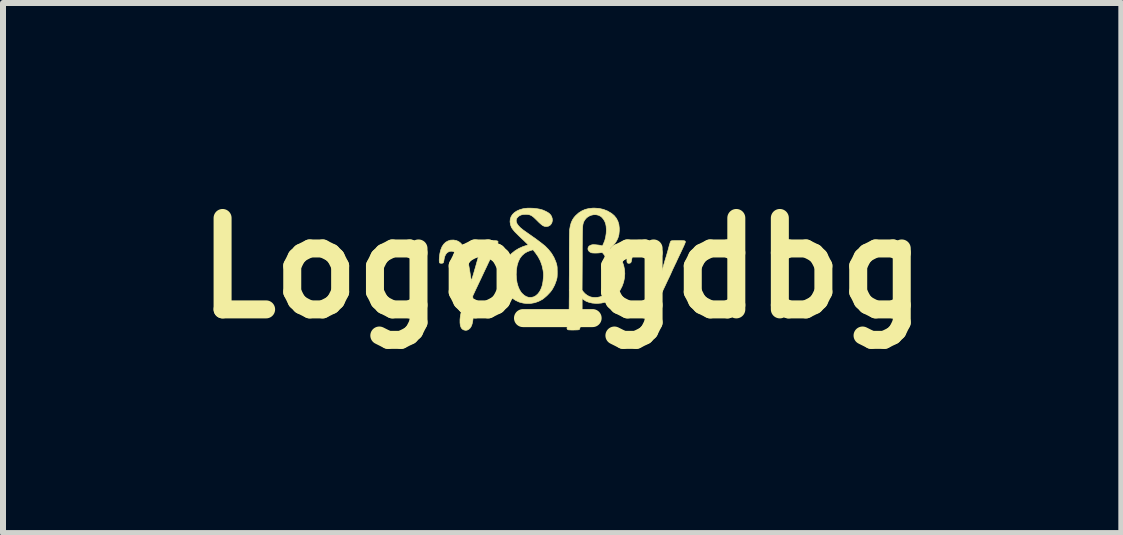
<source format=kicad_pcb>
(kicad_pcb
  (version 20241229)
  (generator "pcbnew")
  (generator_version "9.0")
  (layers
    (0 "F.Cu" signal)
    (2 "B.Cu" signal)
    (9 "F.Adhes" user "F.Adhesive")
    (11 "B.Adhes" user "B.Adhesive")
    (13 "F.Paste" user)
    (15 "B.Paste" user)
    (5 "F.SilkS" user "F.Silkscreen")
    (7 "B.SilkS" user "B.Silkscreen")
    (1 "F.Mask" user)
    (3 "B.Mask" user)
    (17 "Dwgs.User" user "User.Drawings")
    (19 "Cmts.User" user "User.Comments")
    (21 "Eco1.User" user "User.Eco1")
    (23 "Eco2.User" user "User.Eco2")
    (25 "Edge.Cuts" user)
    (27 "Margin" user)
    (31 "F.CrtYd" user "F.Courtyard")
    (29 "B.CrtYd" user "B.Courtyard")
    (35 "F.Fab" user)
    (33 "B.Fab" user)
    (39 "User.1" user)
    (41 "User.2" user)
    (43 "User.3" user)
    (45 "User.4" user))
  (footprint "Logo_gdbg"
    (layer "F.Cu")
    (at 6.321 1.418)
    (property "Reference" "Logo_gdbg" (at 0 0 0) (layer "F.SilkS") (effects (font (size 1.524 1.524) (thickness 0.3))))
    (attr through_hole)
    (fp_poly (pts (xy -1.81 -0.467) (xy -1.765 -0.459) (xy -1.726 -0.442) (xy -1.691 -0.415) (xy -1.661 -0.378) (xy -1.637 -0.337) (xy -1.622 -0.303) (xy -1.608 -0.263) (xy -1.594 -0.217) (xy -1.581 -0.163) (xy -1.567 -0.1) (xy -1.554 -0.029) (xy -1.54 0.053) (xy -1.533 0.098) (xy -1.528 0.133) (xy -1.522 0.163) (xy -1.518 0.187) (xy -1.515 0.204) (xy -1.512 0.211) (xy -1.512 0.211) (xy -1.51 0.205) (xy -1.505 0.189) (xy -1.498 0.164) (xy -1.488 0.131) (xy -1.476 0.091) (xy -1.463 0.045) (xy -1.448 -0.006) (xy -1.432 -0.062) (xy -1.417 -0.116) (xy -1.4 -0.174) (xy -1.384 -0.229) (xy -1.369 -0.281) (xy -1.355 -0.327) (xy -1.343 -0.367) (xy -1.332 -0.4) (xy -1.324 -0.425) (xy -1.319 -0.441) (xy -1.316 -0.447) (xy -1.312 -0.451) (xy -1.306 -0.453) (xy -1.296 -0.455) (xy -1.28 -0.456) (xy -1.258 -0.457) (xy -1.227 -0.457) (xy -1.196 -0.457) (xy -1.157 -0.457) (xy -1.127 -0.457) (xy -1.106 -0.456) (xy -1.092 -0.454) (xy -1.082 -0.452) (xy -1.077 -0.449) (xy -1.076 -0.448) (xy -1.069 -0.44) (xy -1.067 -0.436) (xy -1.069 -0.431) (xy -1.076 -0.416) (xy -1.086 -0.393) (xy -1.101 -0.363) (xy -1.118 -0.326) (xy -1.137 -0.284) (xy -1.159 -0.238) (xy -1.183 -0.188) (xy -1.207 -0.135) (xy -1.233 -0.081) (xy -1.258 -0.027) (xy -1.284 0.027) (xy -1.309 0.08) (xy -1.333 0.131) (xy -1.355 0.178) (xy -1.376 0.222) (xy -1.394 0.26) (xy -1.409 0.292) (xy -1.411 0.296) (xy -1.426 0.328) (xy -1.442 0.361) (xy -1.457 0.393) (xy -1.467 0.415) (xy -1.491 0.466) (xy -1.484 0.562) (xy -1.48 0.637) (xy -1.479 0.708) (xy -1.48 0.773) (xy -1.484 0.833) (xy -1.491 0.885) (xy -1.5 0.928) (xy -1.511 0.962) (xy -1.514 0.968) (xy -1.534 1) (xy -1.559 1.023) (xy -1.586 1.036) (xy -1.615 1.038) (xy -1.645 1.03) (xy -1.648 1.029) (xy -1.671 1.012) (xy -1.687 0.987) (xy -1.698 0.954) (xy -1.703 0.912) (xy -1.703 0.861) (xy -1.703 0.858) (xy -1.696 0.795) (xy -1.681 0.726) (xy -1.659 0.651) (xy -1.628 0.569) (xy -1.611 0.528) (xy -1.605 0.514) (xy -1.6 0.502) (xy -1.597 0.491) (xy -1.594 0.479) (xy -1.593 0.465) (xy -1.594 0.448) (xy -1.596 0.428) (xy -1.6 0.402) (xy -1.605 0.369) (xy -1.612 0.329) (xy -1.621 0.28) (xy -1.631 0.229) (xy -1.648 0.14) (xy -1.664 0.062) (xy -1.68 -0.006) (xy -1.694 -0.065) (xy -1.709 -0.115) (xy -1.723 -0.157) (xy -1.738 -0.192) (xy -1.752 -0.22) (xy -1.768 -0.242) (xy -1.783 -0.258) (xy -1.791 -0.264) (xy -1.82 -0.277) (xy -1.852 -0.281) (xy -1.883 -0.275) (xy -1.912 -0.26) (xy -1.925 -0.248) (xy -1.943 -0.224) (xy -1.957 -0.194) (xy -1.967 -0.154) (xy -1.97 -0.133) (xy -1.974 -0.112) (xy -1.978 -0.096) (xy -1.982 -0.087) (xy -1.982 -0.087) (xy -1.992 -0.082) (xy -2.008 -0.079) (xy -2.025 -0.08) (xy -2.039 -0.083) (xy -2.042 -0.086) (xy -2.047 -0.097) (xy -2.049 -0.117) (xy -2.049 -0.144) (xy -2.047 -0.176) (xy -2.043 -0.21) (xy -2.038 -0.245) (xy -2.03 -0.279) (xy -2.023 -0.305) (xy -2.003 -0.355) (xy -1.976 -0.396) (xy -1.943 -0.429) (xy -1.904 -0.451) (xy -1.861 -0.465) (xy -1.814 -0.467) (xy -1.81 -0.467)) (stroke (width 0.01) (type solid)) (fill yes) (layer "F.SilkS"))
    (fp_poly (pts (xy 1.343 -0.463) (xy 1.375 -0.456) (xy 1.403 -0.442) (xy 1.43 -0.421) (xy 1.441 -0.411) (xy 1.458 -0.391) (xy 1.474 -0.368) (xy 1.489 -0.341) (xy 1.503 -0.309) (xy 1.516 -0.271) (xy 1.529 -0.227) (xy 1.542 -0.176) (xy 1.555 -0.118) (xy 1.568 -0.05) (xy 1.582 0.026) (xy 1.596 0.112) (xy 1.608 0.189) (xy 1.611 0.203) (xy 1.614 0.21) (xy 1.616 0.209) (xy 1.618 0.201) (xy 1.623 0.185) (xy 1.631 0.16) (xy 1.64 0.128) (xy 1.651 0.091) (xy 1.663 0.051) (xy 1.668 0.031) (xy 1.681 -0.012) (xy 1.693 -0.054) (xy 1.704 -0.091) (xy 1.713 -0.124) (xy 1.721 -0.149) (xy 1.726 -0.166) (xy 1.727 -0.169) (xy 1.734 -0.191) (xy 1.742 -0.218) (xy 1.749 -0.243) (xy 1.764 -0.296) (xy 1.776 -0.34) (xy 1.785 -0.375) (xy 1.793 -0.401) (xy 1.799 -0.421) (xy 1.804 -0.435) (xy 1.808 -0.443) (xy 1.811 -0.447) (xy 1.815 -0.451) (xy 1.821 -0.453) (xy 1.831 -0.455) (xy 1.847 -0.456) (xy 1.87 -0.457) (xy 1.901 -0.457) (xy 1.93 -0.457) (xy 1.969 -0.457) (xy 1.998 -0.457) (xy 2.018 -0.456) (xy 2.032 -0.455) (xy 2.042 -0.453) (xy 2.047 -0.45) (xy 2.051 -0.447) (xy 2.053 -0.444) (xy 2.054 -0.439) (xy 2.053 -0.433) (xy 2.051 -0.423) (xy 2.045 -0.409) (xy 2.037 -0.389) (xy 2.025 -0.363) (xy 2.01 -0.33) (xy 1.99 -0.288) (xy 1.978 -0.262) (xy 1.957 -0.218) (xy 1.936 -0.174) (xy 1.916 -0.132) (xy 1.899 -0.094) (xy 1.883 -0.062) (xy 1.872 -0.038) (xy 1.867 -0.028) (xy 1.853 0.001) (xy 1.839 0.031) (xy 1.827 0.059) (xy 1.82 0.073) (xy 1.811 0.095) (xy 1.798 0.123) (xy 1.783 0.155) (xy 1.768 0.185) (xy 1.768 0.186) (xy 1.754 0.215) (xy 1.737 0.251) (xy 1.719 0.29) (xy 1.7 0.33) (xy 1.685 0.361) (xy 1.636 0.466) (xy 1.643 0.562) (xy 1.646 0.612) (xy 1.647 0.665) (xy 1.647 0.718) (xy 1.646 0.769) (xy 1.644 0.816) (xy 1.64 0.857) (xy 1.636 0.889) (xy 1.634 0.897) (xy 1.62 0.946) (xy 1.602 0.984) (xy 1.579 1.012) (xy 1.553 1.029) (xy 1.526 1.036) (xy 1.505 1.037) (xy 1.488 1.032) (xy 1.476 1.026) (xy 1.456 1.01) (xy 1.441 0.99) (xy 1.431 0.964) (xy 1.425 0.929) (xy 1.424 0.91) (xy 1.425 0.846) (xy 1.435 0.777) (xy 1.453 0.701) (xy 1.48 0.619) (xy 1.5 0.57) (xy 1.511 0.542) (xy 1.521 0.516) (xy 1.529 0.495) (xy 1.533 0.481) (xy 1.534 0.479) (xy 1.534 0.466) (xy 1.533 0.447) (xy 1.53 0.422) (xy 1.528 0.411) (xy 1.523 0.384) (xy 1.519 0.359) (xy 1.516 0.338) (xy 1.515 0.333) (xy 1.511 0.307) (xy 1.505 0.272) (xy 1.498 0.231) (xy 1.49 0.187) (xy 1.481 0.141) (xy 1.472 0.097) (xy 1.463 0.057) (xy 1.456 0.023) (xy 1.45 -0.003) (xy 1.432 -0.069) (xy 1.415 -0.125) (xy 1.398 -0.171) (xy 1.38 -0.208) (xy 1.363 -0.237) (xy 1.344 -0.257) (xy 1.334 -0.265) (xy 1.318 -0.274) (xy 1.301 -0.278) (xy 1.279 -0.279) (xy 1.247 -0.276) (xy 1.22 -0.264) (xy 1.198 -0.244) (xy 1.18 -0.215) (xy 1.166 -0.177) (xy 1.156 -0.128) (xy 1.154 -0.117) (xy 1.148 -0.096) (xy 1.135 -0.083) (xy 1.116 -0.079) (xy 1.115 -0.079) (xy 1.1 -0.08) (xy 1.089 -0.085) (xy 1.083 -0.094) (xy 1.08 -0.111) (xy 1.079 -0.135) (xy 1.08 -0.163) (xy 1.088 -0.235) (xy 1.102 -0.297) (xy 1.122 -0.349) (xy 1.148 -0.393) (xy 1.18 -0.426) (xy 1.219 -0.451) (xy 1.219 -0.451) (xy 1.236 -0.458) (xy 1.252 -0.463) (xy 1.271 -0.465) (xy 1.296 -0.466) (xy 1.304 -0.466) (xy 1.343 -0.463)) (stroke (width 0.01) (type solid)) (fill yes) (layer "F.SilkS"))
    (fp_poly (pts (xy -0.476 -0.996) (xy -0.425 -0.99) (xy -0.377 -0.982) (xy -0.336 -0.971) (xy -0.318 -0.965) (xy -0.273 -0.945) (xy -0.238 -0.926) (xy -0.211 -0.906) (xy -0.191 -0.884) (xy -0.178 -0.863) (xy -0.166 -0.828) (xy -0.163 -0.794) (xy -0.169 -0.763) (xy -0.182 -0.736) (xy -0.202 -0.713) (xy -0.228 -0.698) (xy -0.259 -0.692) (xy -0.265 -0.692) (xy -0.283 -0.693) (xy -0.299 -0.697) (xy -0.316 -0.704) (xy -0.335 -0.716) (xy -0.357 -0.734) (xy -0.384 -0.758) (xy -0.416 -0.79) (xy -0.419 -0.793) (xy -0.452 -0.825) (xy -0.479 -0.85) (xy -0.503 -0.868) (xy -0.525 -0.88) (xy -0.546 -0.888) (xy -0.569 -0.892) (xy -0.596 -0.894) (xy -0.61 -0.894) (xy -0.652 -0.892) (xy -0.687 -0.884) (xy -0.716 -0.869) (xy -0.736 -0.853) (xy -0.757 -0.828) (xy -0.766 -0.8) (xy -0.765 -0.771) (xy -0.752 -0.739) (xy -0.729 -0.706) (xy -0.694 -0.67) (xy -0.648 -0.633) (xy -0.627 -0.618) (xy -0.604 -0.602) (xy -0.58 -0.585) (xy -0.561 -0.572) (xy -0.559 -0.57) (xy -0.54 -0.557) (xy -0.517 -0.541) (xy -0.494 -0.524) (xy -0.491 -0.522) (xy -0.453 -0.496) (xy -0.415 -0.468) (xy -0.378 -0.44) (xy -0.344 -0.414) (xy -0.315 -0.391) (xy -0.293 -0.373) (xy -0.286 -0.368) (xy -0.228 -0.309) (xy -0.177 -0.245) (xy -0.136 -0.175) (xy -0.105 -0.102) (xy -0.098 -0.081) (xy -0.092 -0.061) (xy -0.088 -0.043) (xy -0.085 -0.026) (xy -0.083 -0.005) (xy -0.083 0.021) (xy -0.082 0.055) (xy -0.082 0.062) (xy -0.082 0.098) (xy -0.083 0.125) (xy -0.084 0.146) (xy -0.086 0.163) (xy -0.09 0.181) (xy -0.096 0.2) (xy -0.098 0.209) (xy -0.125 0.282) (xy -0.16 0.348) (xy -0.178 0.375) (xy -0.198 0.401) (xy -0.225 0.43) (xy -0.254 0.46) (xy -0.285 0.487) (xy -0.313 0.51) (xy -0.329 0.522) (xy -0.392 0.555) (xy -0.457 0.578) (xy -0.526 0.59) (xy -0.596 0.591) (xy -0.652 0.584) (xy -0.717 0.567) (xy -0.777 0.539) (xy -0.833 0.501) (xy -0.852 0.486) (xy -0.896 0.441) (xy -0.932 0.39) (xy -0.961 0.331) (xy -0.98 0.278) (xy -0.986 0.259) (xy -0.99 0.242) (xy -0.993 0.225) (xy -0.994 0.206) (xy -0.995 0.181) (xy -0.996 0.149) (xy -0.996 0.13) (xy -0.996 0.109) (xy -0.766 0.109) (xy -0.762 0.179) (xy -0.752 0.245) (xy -0.735 0.305) (xy -0.713 0.358) (xy -0.685 0.403) (xy -0.671 0.42) (xy -0.634 0.454) (xy -0.596 0.477) (xy -0.557 0.489) (xy -0.516 0.49) (xy -0.476 0.481) (xy -0.44 0.462) (xy -0.407 0.433) (xy -0.377 0.395) (xy -0.356 0.355) (xy -0.343 0.323) (xy -0.333 0.292) (xy -0.325 0.257) (xy -0.319 0.217) (xy -0.315 0.175) (xy -0.312 0.141) (xy -0.311 0.114) (xy -0.312 0.091) (xy -0.314 0.069) (xy -0.318 0.043) (xy -0.318 0.039) (xy -0.336 -0.042) (xy -0.363 -0.118) (xy -0.4 -0.188) (xy -0.447 -0.256) (xy -0.45 -0.259) (xy -0.485 -0.304) (xy -0.526 -0.293) (xy -0.582 -0.272) (xy -0.631 -0.243) (xy -0.672 -0.205) (xy -0.706 -0.159) (xy -0.732 -0.104) (xy -0.751 -0.041) (xy -0.762 0.03) (xy -0.763 0.036) (xy -0.766 0.109) (xy -0.996 0.109) (xy -0.996 0.093) (xy -0.995 0.065) (xy -0.994 0.044) (xy -0.992 0.026) (xy -0.989 0.01) (xy -0.984 -0.007) (xy -0.98 -0.019) (xy -0.954 -0.089) (xy -0.921 -0.151) (xy -0.88 -0.205) (xy -0.843 -0.242) (xy -0.786 -0.288) (xy -0.722 -0.327) (xy -0.655 -0.357) (xy -0.61 -0.372) (xy -0.59 -0.378) (xy -0.575 -0.383) (xy -0.567 -0.386) (xy -0.566 -0.386) (xy -0.569 -0.39) (xy -0.58 -0.401) (xy -0.596 -0.417) (xy -0.617 -0.437) (xy -0.641 -0.461) (xy -0.647 -0.466) (xy -0.694 -0.51) (xy -0.732 -0.547) (xy -0.764 -0.579) (xy -0.79 -0.605) (xy -0.81 -0.629) (xy -0.826 -0.649) (xy -0.839 -0.668) (xy -0.848 -0.686) (xy -0.855 -0.704) (xy -0.861 -0.723) (xy -0.862 -0.725) (xy -0.869 -0.772) (xy -0.865 -0.815) (xy -0.852 -0.855) (xy -0.829 -0.892) (xy -0.797 -0.924) (xy -0.756 -0.951) (xy -0.707 -0.973) (xy -0.651 -0.989) (xy -0.621 -0.994) (xy -0.577 -0.998) (xy -0.528 -0.998) (xy -0.476 -0.996)) (stroke (width 0.01) (type solid)) (fill yes) (layer "F.SilkS"))
    (fp_poly (pts (xy 0.614 -0.994) (xy 0.686 -0.978) (xy 0.753 -0.952) (xy 0.815 -0.916) (xy 0.822 -0.912) (xy 0.867 -0.874) (xy 0.902 -0.831) (xy 0.928 -0.782) (xy 0.945 -0.728) (xy 0.952 -0.668) (xy 0.952 -0.618) (xy 0.946 -0.558) (xy 0.931 -0.504) (xy 0.908 -0.454) (xy 0.876 -0.407) (xy 0.837 -0.365) (xy 0.82 -0.347) (xy 0.806 -0.333) (xy 0.798 -0.323) (xy 0.796 -0.319) (xy 0.802 -0.315) (xy 0.815 -0.307) (xy 0.832 -0.295) (xy 0.841 -0.289) (xy 0.888 -0.255) (xy 0.926 -0.221) (xy 0.958 -0.184) (xy 0.969 -0.168) (xy 1.002 -0.108) (xy 1.025 -0.044) (xy 1.039 0.023) (xy 1.044 0.093) (xy 1.039 0.163) (xy 1.025 0.232) (xy 1.001 0.3) (xy 0.968 0.365) (xy 0.938 0.41) (xy 0.89 0.465) (xy 0.839 0.51) (xy 0.782 0.544) (xy 0.72 0.569) (xy 0.653 0.584) (xy 0.58 0.59) (xy 0.558 0.589) (xy 0.5 0.584) (xy 0.445 0.571) (xy 0.396 0.552) (xy 0.356 0.526) (xy 0.351 0.522) (xy 0.333 0.507) (xy 0.333 0.625) (xy 0.333 0.671) (xy 0.332 0.709) (xy 0.331 0.741) (xy 0.33 0.769) (xy 0.328 0.797) (xy 0.325 0.826) (xy 0.321 0.86) (xy 0.318 0.881) (xy 0.311 0.931) (xy 0.304 0.971) (xy 0.296 1.001) (xy 0.289 1.02) (xy 0.284 1.026) (xy 0.275 1.029) (xy 0.258 1.031) (xy 0.231 1.032) (xy 0.194 1.033) (xy 0.186 1.033) (xy 0.152 1.033) (xy 0.128 1.032) (xy 0.111 1.031) (xy 0.1 1.03) (xy 0.093 1.027) (xy 0.089 1.023) (xy 0.088 1.022) (xy 0.082 1.013) (xy 0.08 1.003) (xy 0.084 0.987) (xy 0.084 0.986) (xy 0.09 0.958) (xy 0.097 0.921) (xy 0.103 0.879) (xy 0.109 0.835) (xy 0.113 0.799) (xy 0.114 0.784) (xy 0.115 0.757) (xy 0.115 0.72) (xy 0.116 0.674) (xy 0.117 0.618) (xy 0.117 0.553) (xy 0.118 0.479) (xy 0.118 0.398) (xy 0.118 0.367) (xy 0.332 0.367) (xy 0.349 0.392) (xy 0.379 0.425) (xy 0.415 0.454) (xy 0.456 0.475) (xy 0.479 0.483) (xy 0.513 0.489) (xy 0.553 0.491) (xy 0.592 0.488) (xy 0.627 0.481) (xy 0.634 0.479) (xy 0.679 0.459) (xy 0.717 0.428) (xy 0.75 0.389) (xy 0.776 0.34) (xy 0.796 0.282) (xy 0.805 0.243) (xy 0.81 0.2) (xy 0.812 0.15) (xy 0.811 0.099) (xy 0.807 0.053) (xy 0.796 -0.000162) (xy 0.78 -0.056) (xy 0.759 -0.111) (xy 0.734 -0.164) (xy 0.708 -0.209) (xy 0.693 -0.23) (xy 0.68 -0.246) (xy 0.671 -0.255) (xy 0.663 -0.258) (xy 0.653 -0.257) (xy 0.652 -0.257) (xy 0.628 -0.254) (xy 0.599 -0.251) (xy 0.567 -0.25) (xy 0.537 -0.25) (xy 0.512 -0.251) (xy 0.493 -0.253) (xy 0.491 -0.254) (xy 0.465 -0.265) (xy 0.444 -0.283) (xy 0.432 -0.304) (xy 0.429 -0.32) (xy 0.434 -0.345) (xy 0.448 -0.365) (xy 0.473 -0.38) (xy 0.477 -0.381) (xy 0.492 -0.386) (xy 0.509 -0.389) (xy 0.53 -0.389) (xy 0.558 -0.388) (xy 0.585 -0.385) (xy 0.613 -0.382) (xy 0.635 -0.378) (xy 0.642 -0.376) (xy 0.671 -0.368) (xy 0.689 -0.406) (xy 0.71 -0.458) (xy 0.725 -0.517) (xy 0.734 -0.578) (xy 0.737 -0.639) (xy 0.733 -0.696) (xy 0.726 -0.733) (xy 0.712 -0.773) (xy 0.691 -0.81) (xy 0.666 -0.841) (xy 0.643 -0.861) (xy 0.606 -0.88) (xy 0.565 -0.889) (xy 0.524 -0.889) (xy 0.483 -0.88) (xy 0.444 -0.863) (xy 0.409 -0.839) (xy 0.381 -0.807) (xy 0.367 -0.785) (xy 0.362 -0.775) (xy 0.358 -0.766) (xy 0.354 -0.756) (xy 0.351 -0.746) (xy 0.348 -0.734) (xy 0.345 -0.719) (xy 0.343 -0.701) (xy 0.341 -0.68) (xy 0.34 -0.654) (xy 0.339 -0.623) (xy 0.338 -0.585) (xy 0.337 -0.541) (xy 0.336 -0.49) (xy 0.336 -0.43) (xy 0.335 -0.362) (xy 0.335 -0.284) (xy 0.335 -0.196) (xy 0.335 -0.16) (xy 0.332 0.367) (xy 0.118 0.367) (xy 0.118 0.308) (xy 0.118 0.212) (xy 0.119 0.11) (xy 0.119 0.074) (xy 0.119 -0.038) (xy 0.119 -0.141) (xy 0.119 -0.235) (xy 0.119 -0.32) (xy 0.12 -0.396) (xy 0.12 -0.462) (xy 0.121 -0.518) (xy 0.122 -0.564) (xy 0.123 -0.599) (xy 0.123 -0.624) (xy 0.124 -0.638) (xy 0.135 -0.701) (xy 0.15 -0.755) (xy 0.171 -0.802) (xy 0.198 -0.843) (xy 0.226 -0.875) (xy 0.275 -0.919) (xy 0.327 -0.952) (xy 0.383 -0.977) (xy 0.445 -0.992) (xy 0.513 -0.999) (xy 0.538 -0.999) (xy 0.614 -0.994)) (stroke (width 0.01) (type solid)) (fill yes) (layer "F.SilkS")))
  (gr_rect
    (start -3 -3)
    (end 15.642 5.836)
    (stroke (width 0.1) (type default))
    (fill no)
    (layer "Edge.Cuts")))
</source>
